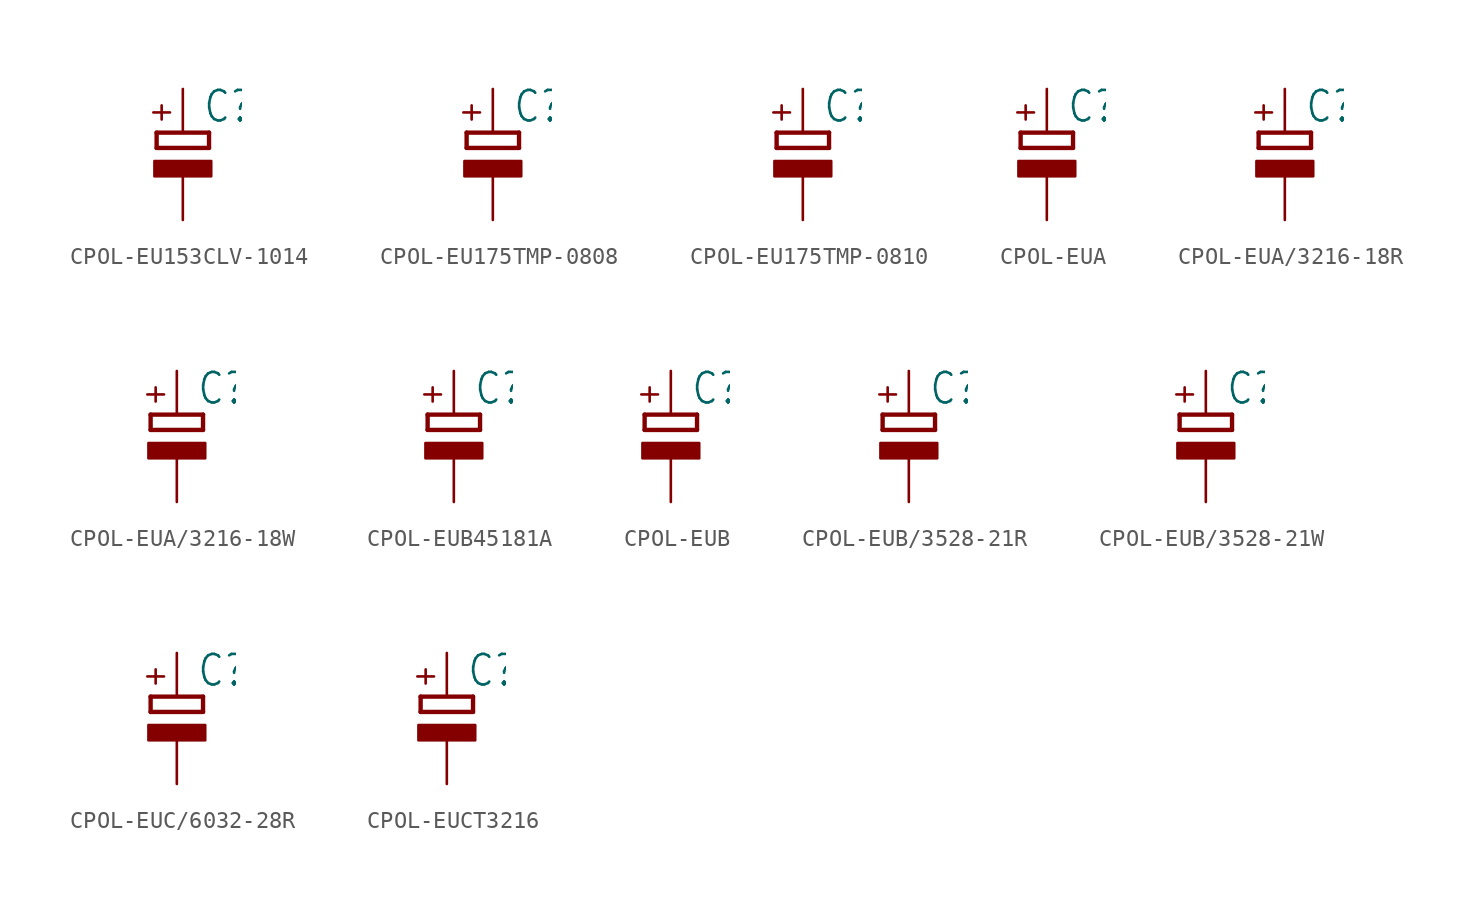
<source format=kicad_sym>
(kicad_symbol_lib
  (version 20231120)
  (generator "kicad_symbol_editor")
  (generator_version "8.99")
  (symbol "CPOL-EU153CLV-1014"
    (property "Reference" "C"
      (at 1.143 0.483 0)
      (effects (font (size 1.778 1.511)) (justify left bottom)))
    (property "Value" ""
      (at 1.143 -4.597 0)
      (effects (font (size 1.778 1.511)) (justify left bottom)))
    (property "ki_locked" ""
      (at 0 0 0)
      (effects (font (size 1.27 1.27))))
    (symbol "CPOL-EU153CLV-1014_1_0"
      (rectangle (start -1.651 -2.54) (end 1.651 -1.651) (stroke (width 0) (type default)) (fill (type outline)))
      (polyline (pts (xy -1.524 0) (xy 1.524 0)) (stroke (width 0.254) (type solid)) (fill (type none)))
      (polyline (pts (xy -1.524 0) (xy -1.524 -0.889)) (stroke (width 0.254) (type solid)) (fill (type none)))
      (polyline (pts (xy -1.524 -0.889) (xy 1.524 -0.889)) (stroke (width 0.254) (type solid)) (fill (type none)))
      (polyline (pts (xy 1.524 -0.889) (xy 1.524 0)) (stroke (width 0.254) (type solid)) (fill (type none)))
      (text "+" (at -0.584 0.406 900) (effects (font (size 1.27 1.079)) (justify left bottom)))
      (pin passive line (at 0 2.54 270) (length 2.54) (name "+" (effects (font (size 0 0)))) (number "+" (effects (font (size 0 0)))))
      (pin passive line (at 0 -5.08 90) (length 2.54) (name "-" (effects (font (size 0 0)))) (number "-" (effects (font (size 0 0)))))))
  (symbol "CPOL-EU175TMP-0808"
    (property "Reference" "C"
      (at 1.143 0.483 0)
      (effects (font (size 1.778 1.511)) (justify left bottom)))
    (property "Value" ""
      (at 1.143 -4.597 0)
      (effects (font (size 1.778 1.511)) (justify left bottom)))
    (property "ki_locked" ""
      (at 0 0 0)
      (effects (font (size 1.27 1.27))))
    (symbol "CPOL-EU175TMP-0808_1_0"
      (rectangle (start -1.651 -2.54) (end 1.651 -1.651) (stroke (width 0) (type default)) (fill (type outline)))
      (polyline (pts (xy -1.524 0) (xy 1.524 0)) (stroke (width 0.254) (type solid)) (fill (type none)))
      (polyline (pts (xy -1.524 0) (xy -1.524 -0.889)) (stroke (width 0.254) (type solid)) (fill (type none)))
      (polyline (pts (xy -1.524 -0.889) (xy 1.524 -0.889)) (stroke (width 0.254) (type solid)) (fill (type none)))
      (polyline (pts (xy 1.524 -0.889) (xy 1.524 0)) (stroke (width 0.254) (type solid)) (fill (type none)))
      (text "+" (at -0.584 0.406 900) (effects (font (size 1.27 1.079)) (justify left bottom)))
      (pin passive line (at 0 2.54 270) (length 2.54) (name "+" (effects (font (size 0 0)))) (number "+" (effects (font (size 0 0)))))
      (pin passive line (at 0 -5.08 90) (length 2.54) (name "-" (effects (font (size 0 0)))) (number "-" (effects (font (size 0 0)))))))
  (symbol "CPOL-EU175TMP-0810"
    (property "Reference" "C"
      (at 1.143 0.483 0)
      (effects (font (size 1.778 1.511)) (justify left bottom)))
    (property "Value" ""
      (at 1.143 -4.597 0)
      (effects (font (size 1.778 1.511)) (justify left bottom)))
    (property "ki_locked" ""
      (at 0 0 0)
      (effects (font (size 1.27 1.27))))
    (symbol "CPOL-EU175TMP-0810_1_0"
      (rectangle (start -1.651 -2.54) (end 1.651 -1.651) (stroke (width 0) (type default)) (fill (type outline)))
      (polyline (pts (xy -1.524 0) (xy 1.524 0)) (stroke (width 0.254) (type solid)) (fill (type none)))
      (polyline (pts (xy -1.524 0) (xy -1.524 -0.889)) (stroke (width 0.254) (type solid)) (fill (type none)))
      (polyline (pts (xy -1.524 -0.889) (xy 1.524 -0.889)) (stroke (width 0.254) (type solid)) (fill (type none)))
      (polyline (pts (xy 1.524 -0.889) (xy 1.524 0)) (stroke (width 0.254) (type solid)) (fill (type none)))
      (text "+" (at -0.584 0.406 900) (effects (font (size 1.27 1.079)) (justify left bottom)))
      (pin passive line (at 0 2.54 270) (length 2.54) (name "+" (effects (font (size 0 0)))) (number "+" (effects (font (size 0 0)))))
      (pin passive line (at 0 -5.08 90) (length 2.54) (name "-" (effects (font (size 0 0)))) (number "-" (effects (font (size 0 0)))))))
  (symbol "CPOL-EUA"
    (property "Reference" "C"
      (at 1.143 0.483 0)
      (effects (font (size 1.778 1.511)) (justify left bottom)))
    (property "Value" ""
      (at 1.143 -4.597 0)
      (effects (font (size 1.778 1.511)) (justify left bottom)))
    (property "ki_locked" ""
      (at 0 0 0)
      (effects (font (size 1.27 1.27))))
    (symbol "CPOL-EUA_1_0"
      (rectangle (start -1.651 -2.54) (end 1.651 -1.651) (stroke (width 0) (type default)) (fill (type outline)))
      (polyline (pts (xy -1.524 0) (xy 1.524 0)) (stroke (width 0.254) (type solid)) (fill (type none)))
      (polyline (pts (xy -1.524 0) (xy -1.524 -0.889)) (stroke (width 0.254) (type solid)) (fill (type none)))
      (polyline (pts (xy -1.524 -0.889) (xy 1.524 -0.889)) (stroke (width 0.254) (type solid)) (fill (type none)))
      (polyline (pts (xy 1.524 -0.889) (xy 1.524 0)) (stroke (width 0.254) (type solid)) (fill (type none)))
      (text "+" (at -0.584 0.406 900) (effects (font (size 1.27 1.079)) (justify left bottom)))
      (pin passive line (at 0 2.54 270) (length 2.54) (name "+" (effects (font (size 0 0)))) (number "+" (effects (font (size 0 0)))))
      (pin passive line (at 0 -5.08 90) (length 2.54) (name "-" (effects (font (size 0 0)))) (number "-" (effects (font (size 0 0)))))))
  (symbol "CPOL-EUA/3216-18R"
    (property "Reference" "C"
      (at 1.143 0.483 0)
      (effects (font (size 1.778 1.511)) (justify left bottom)))
    (property "Value" ""
      (at 1.143 -4.597 0)
      (effects (font (size 1.778 1.511)) (justify left bottom)))
    (property "ki_locked" ""
      (at 0 0 0)
      (effects (font (size 1.27 1.27))))
    (symbol "CPOL-EUA/3216-18R_1_0"
      (rectangle (start -1.651 -2.54) (end 1.651 -1.651) (stroke (width 0) (type default)) (fill (type outline)))
      (polyline (pts (xy -1.524 0) (xy 1.524 0)) (stroke (width 0.254) (type solid)) (fill (type none)))
      (polyline (pts (xy -1.524 0) (xy -1.524 -0.889)) (stroke (width 0.254) (type solid)) (fill (type none)))
      (polyline (pts (xy -1.524 -0.889) (xy 1.524 -0.889)) (stroke (width 0.254) (type solid)) (fill (type none)))
      (polyline (pts (xy 1.524 -0.889) (xy 1.524 0)) (stroke (width 0.254) (type solid)) (fill (type none)))
      (text "+" (at -0.584 0.406 900) (effects (font (size 1.27 1.079)) (justify left bottom)))
      (pin passive line (at 0 2.54 270) (length 2.54) (name "+" (effects (font (size 0 0)))) (number "+" (effects (font (size 0 0)))))
      (pin passive line (at 0 -5.08 90) (length 2.54) (name "-" (effects (font (size 0 0)))) (number "-" (effects (font (size 0 0)))))))
  (symbol "CPOL-EUA/3216-18W"
    (property "Reference" "C"
      (at 1.143 0.483 0)
      (effects (font (size 1.778 1.511)) (justify left bottom)))
    (property "Value" ""
      (at 1.143 -4.597 0)
      (effects (font (size 1.778 1.511)) (justify left bottom)))
    (property "ki_locked" ""
      (at 0 0 0)
      (effects (font (size 1.27 1.27))))
    (symbol "CPOL-EUA/3216-18W_1_0"
      (rectangle (start -1.651 -2.54) (end 1.651 -1.651) (stroke (width 0) (type default)) (fill (type outline)))
      (polyline (pts (xy -1.524 0) (xy 1.524 0)) (stroke (width 0.254) (type solid)) (fill (type none)))
      (polyline (pts (xy -1.524 0) (xy -1.524 -0.889)) (stroke (width 0.254) (type solid)) (fill (type none)))
      (polyline (pts (xy -1.524 -0.889) (xy 1.524 -0.889)) (stroke (width 0.254) (type solid)) (fill (type none)))
      (polyline (pts (xy 1.524 -0.889) (xy 1.524 0)) (stroke (width 0.254) (type solid)) (fill (type none)))
      (text "+" (at -0.584 0.406 900) (effects (font (size 1.27 1.079)) (justify left bottom)))
      (pin passive line (at 0 2.54 270) (length 2.54) (name "+" (effects (font (size 0 0)))) (number "+" (effects (font (size 0 0)))))
      (pin passive line (at 0 -5.08 90) (length 2.54) (name "-" (effects (font (size 0 0)))) (number "-" (effects (font (size 0 0)))))))
  (symbol "CPOL-EUB45181A"
    (property "Reference" "C"
      (at 1.143 0.483 0)
      (effects (font (size 1.778 1.511)) (justify left bottom)))
    (property "Value" ""
      (at 1.143 -4.597 0)
      (effects (font (size 1.778 1.511)) (justify left bottom)))
    (property "ki_locked" ""
      (at 0 0 0)
      (effects (font (size 1.27 1.27))))
    (symbol "CPOL-EUB45181A_1_0"
      (rectangle (start -1.651 -2.54) (end 1.651 -1.651) (stroke (width 0) (type default)) (fill (type outline)))
      (polyline (pts (xy -1.524 0) (xy 1.524 0)) (stroke (width 0.254) (type solid)) (fill (type none)))
      (polyline (pts (xy -1.524 0) (xy -1.524 -0.889)) (stroke (width 0.254) (type solid)) (fill (type none)))
      (polyline (pts (xy -1.524 -0.889) (xy 1.524 -0.889)) (stroke (width 0.254) (type solid)) (fill (type none)))
      (polyline (pts (xy 1.524 -0.889) (xy 1.524 0)) (stroke (width 0.254) (type solid)) (fill (type none)))
      (text "+" (at -0.584 0.406 900) (effects (font (size 1.27 1.079)) (justify left bottom)))
      (pin passive line (at 0 2.54 270) (length 2.54) (name "+" (effects (font (size 0 0)))) (number "+" (effects (font (size 0 0)))))
      (pin passive line (at 0 -5.08 90) (length 2.54) (name "-" (effects (font (size 0 0)))) (number "-" (effects (font (size 0 0)))))))
  (symbol "CPOL-EUB"
    (property "Reference" "C"
      (at 1.143 0.483 0)
      (effects (font (size 1.778 1.511)) (justify left bottom)))
    (property "Value" ""
      (at 1.143 -4.597 0)
      (effects (font (size 1.778 1.511)) (justify left bottom)))
    (property "ki_locked" ""
      (at 0 0 0)
      (effects (font (size 1.27 1.27))))
    (symbol "CPOL-EUB_1_0"
      (rectangle (start -1.651 -2.54) (end 1.651 -1.651) (stroke (width 0) (type default)) (fill (type outline)))
      (polyline (pts (xy -1.524 0) (xy 1.524 0)) (stroke (width 0.254) (type solid)) (fill (type none)))
      (polyline (pts (xy -1.524 0) (xy -1.524 -0.889)) (stroke (width 0.254) (type solid)) (fill (type none)))
      (polyline (pts (xy -1.524 -0.889) (xy 1.524 -0.889)) (stroke (width 0.254) (type solid)) (fill (type none)))
      (polyline (pts (xy 1.524 -0.889) (xy 1.524 0)) (stroke (width 0.254) (type solid)) (fill (type none)))
      (text "+" (at -0.584 0.406 900) (effects (font (size 1.27 1.079)) (justify left bottom)))
      (pin passive line (at 0 2.54 270) (length 2.54) (name "+" (effects (font (size 0 0)))) (number "+" (effects (font (size 0 0)))))
      (pin passive line (at 0 -5.08 90) (length 2.54) (name "-" (effects (font (size 0 0)))) (number "-" (effects (font (size 0 0)))))))
  (symbol "CPOL-EUB/3528-21R"
    (property "Reference" "C"
      (at 1.143 0.483 0)
      (effects (font (size 1.778 1.511)) (justify left bottom)))
    (property "Value" ""
      (at 1.143 -4.597 0)
      (effects (font (size 1.778 1.511)) (justify left bottom)))
    (property "ki_locked" ""
      (at 0 0 0)
      (effects (font (size 1.27 1.27))))
    (symbol "CPOL-EUB/3528-21R_1_0"
      (rectangle (start -1.651 -2.54) (end 1.651 -1.651) (stroke (width 0) (type default)) (fill (type outline)))
      (polyline (pts (xy -1.524 0) (xy 1.524 0)) (stroke (width 0.254) (type solid)) (fill (type none)))
      (polyline (pts (xy -1.524 0) (xy -1.524 -0.889)) (stroke (width 0.254) (type solid)) (fill (type none)))
      (polyline (pts (xy -1.524 -0.889) (xy 1.524 -0.889)) (stroke (width 0.254) (type solid)) (fill (type none)))
      (polyline (pts (xy 1.524 -0.889) (xy 1.524 0)) (stroke (width 0.254) (type solid)) (fill (type none)))
      (text "+" (at -0.584 0.406 900) (effects (font (size 1.27 1.079)) (justify left bottom)))
      (pin passive line (at 0 2.54 270) (length 2.54) (name "+" (effects (font (size 0 0)))) (number "+" (effects (font (size 0 0)))))
      (pin passive line (at 0 -5.08 90) (length 2.54) (name "-" (effects (font (size 0 0)))) (number "-" (effects (font (size 0 0)))))))
  (symbol "CPOL-EUB/3528-21W"
    (property "Reference" "C"
      (at 1.143 0.483 0)
      (effects (font (size 1.778 1.511)) (justify left bottom)))
    (property "Value" ""
      (at 1.143 -4.597 0)
      (effects (font (size 1.778 1.511)) (justify left bottom)))
    (property "ki_locked" ""
      (at 0 0 0)
      (effects (font (size 1.27 1.27))))
    (symbol "CPOL-EUB/3528-21W_1_0"
      (rectangle (start -1.651 -2.54) (end 1.651 -1.651) (stroke (width 0) (type default)) (fill (type outline)))
      (polyline (pts (xy -1.524 0) (xy 1.524 0)) (stroke (width 0.254) (type solid)) (fill (type none)))
      (polyline (pts (xy -1.524 0) (xy -1.524 -0.889)) (stroke (width 0.254) (type solid)) (fill (type none)))
      (polyline (pts (xy -1.524 -0.889) (xy 1.524 -0.889)) (stroke (width 0.254) (type solid)) (fill (type none)))
      (polyline (pts (xy 1.524 -0.889) (xy 1.524 0)) (stroke (width 0.254) (type solid)) (fill (type none)))
      (text "+" (at -0.584 0.406 900) (effects (font (size 1.27 1.079)) (justify left bottom)))
      (pin passive line (at 0 2.54 270) (length 2.54) (name "+" (effects (font (size 0 0)))) (number "+" (effects (font (size 0 0)))))
      (pin passive line (at 0 -5.08 90) (length 2.54) (name "-" (effects (font (size 0 0)))) (number "-" (effects (font (size 0 0)))))))
  (symbol "CPOL-EUC/6032-28R"
    (property "Reference" "C"
      (at 1.143 0.483 0)
      (effects (font (size 1.778 1.511)) (justify left bottom)))
    (property "Value" ""
      (at 1.143 -4.597 0)
      (effects (font (size 1.778 1.511)) (justify left bottom)))
    (property "ki_locked" ""
      (at 0 0 0)
      (effects (font (size 1.27 1.27))))
    (symbol "CPOL-EUC/6032-28R_1_0"
      (rectangle (start -1.651 -2.54) (end 1.651 -1.651) (stroke (width 0) (type default)) (fill (type outline)))
      (polyline (pts (xy -1.524 0) (xy 1.524 0)) (stroke (width 0.254) (type solid)) (fill (type none)))
      (polyline (pts (xy -1.524 0) (xy -1.524 -0.889)) (stroke (width 0.254) (type solid)) (fill (type none)))
      (polyline (pts (xy -1.524 -0.889) (xy 1.524 -0.889)) (stroke (width 0.254) (type solid)) (fill (type none)))
      (polyline (pts (xy 1.524 -0.889) (xy 1.524 0)) (stroke (width 0.254) (type solid)) (fill (type none)))
      (text "+" (at -0.584 0.406 900) (effects (font (size 1.27 1.079)) (justify left bottom)))
      (pin passive line (at 0 2.54 270) (length 2.54) (name "+" (effects (font (size 0 0)))) (number "+" (effects (font (size 0 0)))))
      (pin passive line (at 0 -5.08 90) (length 2.54) (name "-" (effects (font (size 0 0)))) (number "-" (effects (font (size 0 0)))))))
  (symbol "CPOL-EUCT3216"
    (property "Reference" "C"
      (at 1.143 0.483 0)
      (effects (font (size 1.778 1.511)) (justify left bottom)))
    (property "Value" ""
      (at 1.143 -4.597 0)
      (effects (font (size 1.778 1.511)) (justify left bottom)))
    (property "ki_locked" ""
      (at 0 0 0)
      (effects (font (size 1.27 1.27))))
    (symbol "CPOL-EUCT3216_1_0"
      (rectangle (start -1.651 -2.54) (end 1.651 -1.651) (stroke (width 0) (type default)) (fill (type outline)))
      (polyline (pts (xy -1.524 0) (xy 1.524 0)) (stroke (width 0.254) (type solid)) (fill (type none)))
      (polyline (pts (xy -1.524 0) (xy -1.524 -0.889)) (stroke (width 0.254) (type solid)) (fill (type none)))
      (polyline (pts (xy -1.524 -0.889) (xy 1.524 -0.889)) (stroke (width 0.254) (type solid)) (fill (type none)))
      (polyline (pts (xy 1.524 -0.889) (xy 1.524 0)) (stroke (width 0.254) (type solid)) (fill (type none)))
      (text "+" (at -0.584 0.406 900) (effects (font (size 1.27 1.079)) (justify left bottom)))
      (pin passive line (at 0 2.54 270) (length 2.54) (name "+" (effects (font (size 0 0)))) (number "+" (effects (font (size 0 0)))))
      (pin passive line (at 0 -5.08 90) (length 2.54) (name "-" (effects (font (size 0 0)))) (number "-" (effects (font (size 0 0))))))))
</source>
